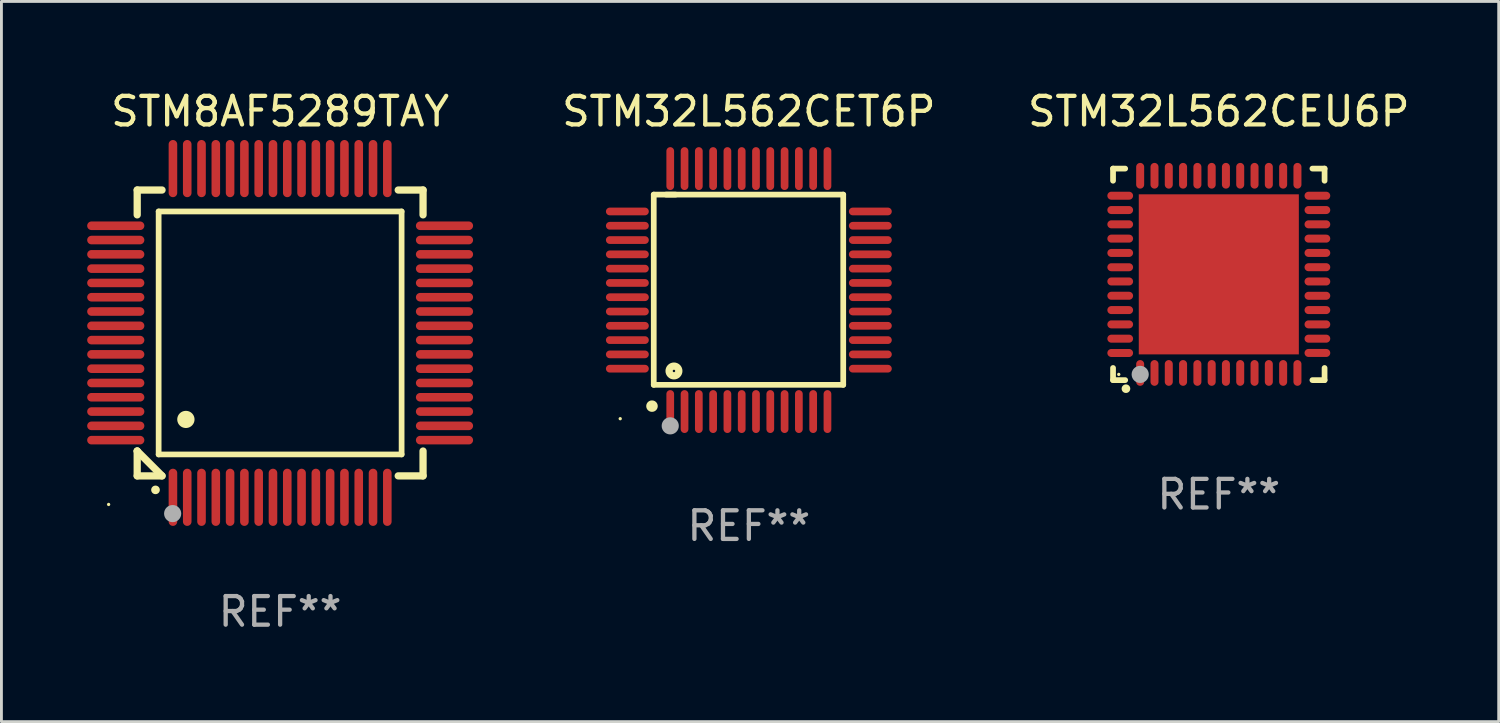
<source format=kicad_pcb>
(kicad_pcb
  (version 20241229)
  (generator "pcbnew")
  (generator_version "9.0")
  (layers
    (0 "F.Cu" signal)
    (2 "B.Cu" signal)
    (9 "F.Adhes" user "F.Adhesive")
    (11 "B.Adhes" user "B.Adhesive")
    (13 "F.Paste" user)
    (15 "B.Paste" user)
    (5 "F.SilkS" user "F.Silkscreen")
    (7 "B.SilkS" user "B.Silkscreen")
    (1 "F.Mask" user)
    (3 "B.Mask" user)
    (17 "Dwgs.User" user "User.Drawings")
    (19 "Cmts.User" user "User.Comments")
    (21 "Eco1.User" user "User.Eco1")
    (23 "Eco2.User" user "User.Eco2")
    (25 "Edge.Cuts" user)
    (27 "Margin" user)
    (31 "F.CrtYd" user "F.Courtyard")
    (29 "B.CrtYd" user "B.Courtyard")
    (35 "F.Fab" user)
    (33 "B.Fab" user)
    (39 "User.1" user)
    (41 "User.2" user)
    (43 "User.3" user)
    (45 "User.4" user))
  (footprint "STM8AF5289TAY"
    (layer "F.Cu")
    (at 6.75 8.598)
    (property "Reference" "STM8AF5289TAY" (at 0 -7.75 0) (layer "F.SilkS") (effects (font (size 1 1) (thickness 0.15))))
    (attr through_hole)
    (fp_line (start -5 -5) (end -4.131 -5) (stroke (width 0.254) (type solid)) (layer "F.SilkS"))
    (fp_line (start -5 -4.131) (end -5 -5) (stroke (width 0.254) (type solid)) (layer "F.SilkS"))
    (fp_line (start -5 4.131) (end -5 4.131) (stroke (width 0.254) (type solid)) (layer "F.SilkS"))
    (fp_line (start -5 5) (end -5 4.131) (stroke (width 0.254) (type solid)) (layer "F.SilkS"))
    (fp_line (start -5 4.131) (end -4.131 5) (stroke (width 0.254) (type solid)) (layer "F.SilkS"))
    (fp_line (start -4.25 -4.25) (end -4.25 4.25) (stroke (width 0.2) (type solid)) (layer "F.SilkS"))
    (fp_line (start -4.25 4.25) (end 4.25 4.25) (stroke (width 0.2) (type solid)) (layer "F.SilkS"))
    (fp_line (start -4.131 5) (end -5 5) (stroke (width 0.254) (type solid)) (layer "F.SilkS"))
    (fp_line (start 4.25 -4.25) (end -4.25 -4.25) (stroke (width 0.2) (type solid)) (layer "F.SilkS"))
    (fp_line (start 4.25 4.25) (end 4.25 -4.25) (stroke (width 0.2) (type solid)) (layer "F.SilkS"))
    (fp_line (start 5 -5) (end 4.131 -5) (stroke (width 0.254) (type solid)) (layer "F.SilkS"))
    (fp_line (start 5 -5) (end 5 -4.131) (stroke (width 0.254) (type solid)) (layer "F.SilkS"))
    (fp_line (start 5 4.131) (end 5 5) (stroke (width 0.254) (type solid)) (layer "F.SilkS"))
    (fp_line (start 5 5) (end 4.131 5) (stroke (width 0.254) (type solid)) (layer "F.SilkS"))
    (fp_arc (start -4.361265 5.489992) (mid -4.359995 5.489987) (end -4.358725 5.489992) (stroke (width 0.3) (type solid)) (layer "F.SilkS"))
    (fp_arc (start -3.299467 3.025146) (mid -3.296927 3.025135) (end -3.294387 3.025146) (stroke (width 0.6) (type solid)) (layer "F.SilkS"))
    (fp_circle (center -6 6) (end -5.97 6) (stroke (width 0.06) (type solid)) (fill no) (layer "F.SilkS"))
    (fp_circle (center -3.76 6.32) (end -3.61 6.32) (stroke (width 0.3) (type solid)) (fill no) (layer "F.Fab"))
    (fp_text user "REF**" (at 0 9.75 0) (layer "F.Fab") (effects (font (size 1 1) (thickness 0.15))))
    (pad "1" smd oval (at -3.75 5.75) (size 0.3 2) (layers "F.Cu" "F.Mask" "F.Paste"))
    (pad "2" smd oval (at -3.25 5.75) (size 0.3 2) (layers "F.Cu" "F.Mask" "F.Paste"))
    (pad "3" smd oval (at -2.75 5.75) (size 0.3 2) (layers "F.Cu" "F.Mask" "F.Paste"))
    (pad "4" smd oval (at -2.25 5.75) (size 0.3 2) (layers "F.Cu" "F.Mask" "F.Paste"))
    (pad "5" smd oval (at -1.75 5.75) (size 0.3 2) (layers "F.Cu" "F.Mask" "F.Paste"))
    (pad "6" smd oval (at -1.25 5.75) (size 0.3 2) (layers "F.Cu" "F.Mask" "F.Paste"))
    (pad "7" smd oval (at -0.75 5.75) (size 0.3 2) (layers "F.Cu" "F.Mask" "F.Paste"))
    (pad "8" smd oval (at -0.25 5.75) (size 0.3 2) (layers "F.Cu" "F.Mask" "F.Paste"))
    (pad "9" smd oval (at 0.25 5.75) (size 0.3 2) (layers "F.Cu" "F.Mask" "F.Paste"))
    (pad "10" smd oval (at 0.75 5.75) (size 0.3 2) (layers "F.Cu" "F.Mask" "F.Paste"))
    (pad "11" smd oval (at 1.25 5.75) (size 0.3 2) (layers "F.Cu" "F.Mask" "F.Paste"))
    (pad "12" smd oval (at 1.75 5.75) (size 0.3 2) (layers "F.Cu" "F.Mask" "F.Paste"))
    (pad "13" smd oval (at 2.25 5.75) (size 0.3 2) (layers "F.Cu" "F.Mask" "F.Paste"))
    (pad "14" smd oval (at 2.75 5.75) (size 0.3 2) (layers "F.Cu" "F.Mask" "F.Paste"))
    (pad "15" smd oval (at 3.25 5.75) (size 0.3 2) (layers "F.Cu" "F.Mask" "F.Paste"))
    (pad "16" smd oval (at 3.75 5.75) (size 0.3 2) (layers "F.Cu" "F.Mask" "F.Paste"))
    (pad "17" smd oval (at 5.75 3.75) (size 2 0.3) (layers "F.Cu" "F.Mask" "F.Paste"))
    (pad "18" smd oval (at 5.75 3.25) (size 2 0.3) (layers "F.Cu" "F.Mask" "F.Paste"))
    (pad "19" smd oval (at 5.75 2.75) (size 2 0.3) (layers "F.Cu" "F.Mask" "F.Paste"))
    (pad "20" smd oval (at 5.75 2.25) (size 2 0.3) (layers "F.Cu" "F.Mask" "F.Paste"))
    (pad "21" smd oval (at 5.75 1.75) (size 2 0.3) (layers "F.Cu" "F.Mask" "F.Paste"))
    (pad "22" smd oval (at 5.75 1.25) (size 2 0.3) (layers "F.Cu" "F.Mask" "F.Paste"))
    (pad "23" smd oval (at 5.75 0.75) (size 2 0.3) (layers "F.Cu" "F.Mask" "F.Paste"))
    (pad "24" smd oval (at 5.75 0.25) (size 2 0.3) (layers "F.Cu" "F.Mask" "F.Paste"))
    (pad "25" smd oval (at 5.75 -0.25) (size 2 0.3) (layers "F.Cu" "F.Mask" "F.Paste"))
    (pad "26" smd oval (at 5.75 -0.75) (size 2 0.3) (layers "F.Cu" "F.Mask" "F.Paste"))
    (pad "27" smd oval (at 5.75 -1.25) (size 2 0.3) (layers "F.Cu" "F.Mask" "F.Paste"))
    (pad "28" smd oval (at 5.75 -1.75) (size 2 0.3) (layers "F.Cu" "F.Mask" "F.Paste"))
    (pad "29" smd oval (at 5.75 -2.25) (size 2 0.3) (layers "F.Cu" "F.Mask" "F.Paste"))
    (pad "30" smd oval (at 5.75 -2.75) (size 2 0.3) (layers "F.Cu" "F.Mask" "F.Paste"))
    (pad "31" smd oval (at 5.75 -3.25) (size 2 0.3) (layers "F.Cu" "F.Mask" "F.Paste"))
    (pad "32" smd oval (at 5.75 -3.75) (size 2 0.3) (layers "F.Cu" "F.Mask" "F.Paste"))
    (pad "33" smd oval (at 3.75 -5.75) (size 0.3 2) (layers "F.Cu" "F.Mask" "F.Paste"))
    (pad "34" smd oval (at 3.25 -5.75) (size 0.3 2) (layers "F.Cu" "F.Mask" "F.Paste"))
    (pad "35" smd oval (at 2.75 -5.75) (size 0.3 2) (layers "F.Cu" "F.Mask" "F.Paste"))
    (pad "36" smd oval (at 2.25 -5.75) (size 0.3 2) (layers "F.Cu" "F.Mask" "F.Paste"))
    (pad "37" smd oval (at 1.75 -5.75) (size 0.3 2) (layers "F.Cu" "F.Mask" "F.Paste"))
    (pad "38" smd oval (at 1.25 -5.75) (size 0.3 2) (layers "F.Cu" "F.Mask" "F.Paste"))
    (pad "39" smd oval (at 0.75 -5.75) (size 0.3 2) (layers "F.Cu" "F.Mask" "F.Paste"))
    (pad "40" smd oval (at 0.25 -5.75) (size 0.3 2) (layers "F.Cu" "F.Mask" "F.Paste"))
    (pad "41" smd oval (at -0.25 -5.75) (size 0.3 2) (layers "F.Cu" "F.Mask" "F.Paste"))
    (pad "42" smd oval (at -0.75 -5.75) (size 0.3 2) (layers "F.Cu" "F.Mask" "F.Paste"))
    (pad "43" smd oval (at -1.25 -5.75) (size 0.3 2) (layers "F.Cu" "F.Mask" "F.Paste"))
    (pad "44" smd oval (at -1.75 -5.75) (size 0.3 2) (layers "F.Cu" "F.Mask" "F.Paste"))
    (pad "45" smd oval (at -2.25 -5.75) (size 0.3 2) (layers "F.Cu" "F.Mask" "F.Paste"))
    (pad "46" smd oval (at -2.75 -5.75) (size 0.3 2) (layers "F.Cu" "F.Mask" "F.Paste"))
    (pad "47" smd oval (at -3.25 -5.75) (size 0.3 2) (layers "F.Cu" "F.Mask" "F.Paste"))
    (pad "48" smd oval (at -3.75 -5.75) (size 0.3 2) (layers "F.Cu" "F.Mask" "F.Paste"))
    (pad "49" smd oval (at -5.75 -3.75) (size 2 0.3) (layers "F.Cu" "F.Mask" "F.Paste"))
    (pad "50" smd oval (at -5.75 -3.25) (size 2 0.3) (layers "F.Cu" "F.Mask" "F.Paste"))
    (pad "51" smd oval (at -5.75 -2.75) (size 2 0.3) (layers "F.Cu" "F.Mask" "F.Paste"))
    (pad "52" smd oval (at -5.75 -2.25) (size 2 0.3) (layers "F.Cu" "F.Mask" "F.Paste"))
    (pad "53" smd oval (at -5.75 -1.75) (size 2 0.3) (layers "F.Cu" "F.Mask" "F.Paste"))
    (pad "54" smd oval (at -5.75 -1.25) (size 2 0.3) (layers "F.Cu" "F.Mask" "F.Paste"))
    (pad "55" smd oval (at -5.75 -0.75) (size 2 0.3) (layers "F.Cu" "F.Mask" "F.Paste"))
    (pad "56" smd oval (at -5.75 -0.25) (size 2 0.3) (layers "F.Cu" "F.Mask" "F.Paste"))
    (pad "57" smd oval (at -5.75 0.25) (size 2 0.3) (layers "F.Cu" "F.Mask" "F.Paste"))
    (pad "58" smd oval (at -5.75 0.75) (size 2 0.3) (layers "F.Cu" "F.Mask" "F.Paste"))
    (pad "59" smd oval (at -5.75 1.25) (size 2 0.3) (layers "F.Cu" "F.Mask" "F.Paste"))
    (pad "60" smd oval (at -5.75 1.75) (size 2 0.3) (layers "F.Cu" "F.Mask" "F.Paste"))
    (pad "61" smd oval (at -5.75 2.25) (size 2 0.3) (layers "F.Cu" "F.Mask" "F.Paste"))
    (pad "62" smd oval (at -5.75 2.75) (size 2 0.3) (layers "F.Cu" "F.Mask" "F.Paste"))
    (pad "63" smd oval (at -5.75 3.25) (size 2 0.3) (layers "F.Cu" "F.Mask" "F.Paste"))
    (pad "64" smd oval (at -5.75 3.75) (size 2 0.3) (layers "F.Cu" "F.Mask" "F.Paste")))
  (footprint "STM32L562CEU6P"
    (layer "F.Cu")
    (at 39.589 6.548)
    (property "Reference" "STM32L562CEU6P" (at 0 -5.7 0) (layer "F.SilkS") (effects (font (size 1 1) (thickness 0.15))))
    (attr through_hole)
    (fp_line (start -3.7 -3.7) (end -3.275 -3.7) (stroke (width 0.2) (type solid)) (layer "F.SilkS"))
    (fp_line (start -3.7 -3.275) (end -3.7 -3.7) (stroke (width 0.2) (type solid)) (layer "F.SilkS"))
    (fp_line (start -3.7 3.7) (end -3.7 3.275) (stroke (width 0.2) (type solid)) (layer "F.SilkS"))
    (fp_line (start -3.275 3.7) (end -3.7 3.7) (stroke (width 0.2) (type solid)) (layer "F.SilkS"))
    (fp_line (start 3.7 -3.7) (end 3.275 -3.7) (stroke (width 0.2) (type solid)) (layer "F.SilkS"))
    (fp_line (start 3.7 -3.275) (end 3.7 -3.7) (stroke (width 0.2) (type solid)) (layer "F.SilkS"))
    (fp_line (start 3.7 3.275) (end 3.7 3.7) (stroke (width 0.2) (type solid)) (layer "F.SilkS"))
    (fp_line (start 3.7 3.7) (end 3.275 3.7) (stroke (width 0.2) (type solid)) (layer "F.SilkS"))
    (fp_arc (start -3.249936 3.999975) (mid -3.248666 3.99997) (end -3.247396 3.999975) (stroke (width 0.3) (type solid)) (layer "F.SilkS"))
    (fp_circle (center -3.5 3.5) (end -3.47 3.5) (stroke (width 0.06) (type solid)) (fill no) (layer "F.SilkS"))
    (fp_circle (center -2.75 3.5) (end -2.6 3.5) (stroke (width 0.3) (type solid)) (fill no) (layer "F.Fab"))
    (fp_text user "REF**" (at 0 7.7 0) (layer "F.Fab") (effects (font (size 1 1) (thickness 0.15))))
    (pad "1" smd oval (at -2.751 3.449) (size 0.28 0.9) (layers "F.Cu" "F.Mask" "F.Paste"))
    (pad "2" smd oval (at -2.25 3.449) (size 0.28 0.9) (layers "F.Cu" "F.Mask" "F.Paste"))
    (pad "3" smd oval (at -1.75 3.449) (size 0.28 0.9) (layers "F.Cu" "F.Mask" "F.Paste"))
    (pad "4" smd oval (at -1.25 3.449) (size 0.28 0.9) (layers "F.Cu" "F.Mask" "F.Paste"))
    (pad "5" smd oval (at -0.749 3.449) (size 0.28 0.9) (layers "F.Cu" "F.Mask" "F.Paste"))
    (pad "6" smd oval (at -0.249 3.449) (size 0.28 0.9) (layers "F.Cu" "F.Mask" "F.Paste"))
    (pad "7" smd oval (at 0.249 3.449) (size 0.28 0.9) (layers "F.Cu" "F.Mask" "F.Paste"))
    (pad "8" smd oval (at 0.749 3.449) (size 0.28 0.9) (layers "F.Cu" "F.Mask" "F.Paste"))
    (pad "9" smd oval (at 1.25 3.449) (size 0.28 0.9) (layers "F.Cu" "F.Mask" "F.Paste"))
    (pad "10" smd oval (at 1.75 3.449) (size 0.28 0.9) (layers "F.Cu" "F.Mask" "F.Paste"))
    (pad "11" smd oval (at 2.251 3.449) (size 0.28 0.9) (layers "F.Cu" "F.Mask" "F.Paste"))
    (pad "12" smd oval (at 2.751 3.449) (size 0.28 0.9) (layers "F.Cu" "F.Mask" "F.Paste"))
    (pad "13" smd oval (at 3.449 2.75) (size 0.9 0.28) (layers "F.Cu" "F.Mask" "F.Paste"))
    (pad "14" smd oval (at 3.449 2.25) (size 0.9 0.28) (layers "F.Cu" "F.Mask" "F.Paste"))
    (pad "15" smd oval (at 3.449 1.75) (size 0.9 0.28) (layers "F.Cu" "F.Mask" "F.Paste"))
    (pad "16" smd oval (at 3.449 1.25) (size 0.9 0.28) (layers "F.Cu" "F.Mask" "F.Paste"))
    (pad "17" smd oval (at 3.449 0.75) (size 0.9 0.28) (layers "F.Cu" "F.Mask" "F.Paste"))
    (pad "18" smd oval (at 3.449 0.25) (size 0.9 0.28) (layers "F.Cu" "F.Mask" "F.Paste"))
    (pad "19" smd oval (at 3.449 -0.25) (size 0.9 0.28) (layers "F.Cu" "F.Mask" "F.Paste"))
    (pad "20" smd oval (at 3.449 -0.75) (size 0.9 0.28) (layers "F.Cu" "F.Mask" "F.Paste"))
    (pad "21" smd oval (at 3.449 -1.25) (size 0.9 0.28) (layers "F.Cu" "F.Mask" "F.Paste"))
    (pad "22" smd oval (at 3.449 -1.75) (size 0.9 0.28) (layers "F.Cu" "F.Mask" "F.Paste"))
    (pad "23" smd oval (at 3.449 -2.25) (size 0.9 0.28) (layers "F.Cu" "F.Mask" "F.Paste"))
    (pad "24" smd oval (at 3.449 -2.75) (size 0.9 0.28) (layers "F.Cu" "F.Mask" "F.Paste"))
    (pad "25" smd oval (at 2.751 -3.449) (size 0.28 0.9) (layers "F.Cu" "F.Mask" "F.Paste"))
    (pad "26" smd oval (at 2.251 -3.449) (size 0.28 0.9) (layers "F.Cu" "F.Mask" "F.Paste"))
    (pad "27" smd oval (at 1.75 -3.449) (size 0.28 0.9) (layers "F.Cu" "F.Mask" "F.Paste"))
    (pad "28" smd oval (at 1.25 -3.449) (size 0.28 0.9) (layers "F.Cu" "F.Mask" "F.Paste"))
    (pad "29" smd oval (at 0.749 -3.449) (size 0.28 0.9) (layers "F.Cu" "F.Mask" "F.Paste"))
    (pad "30" smd oval (at 0.249 -3.449) (size 0.28 0.9) (layers "F.Cu" "F.Mask" "F.Paste"))
    (pad "31" smd oval (at -0.249 -3.449) (size 0.28 0.9) (layers "F.Cu" "F.Mask" "F.Paste"))
    (pad "32" smd oval (at -0.749 -3.449) (size 0.28 0.9) (layers "F.Cu" "F.Mask" "F.Paste"))
    (pad "33" smd oval (at -1.25 -3.449) (size 0.28 0.9) (layers "F.Cu" "F.Mask" "F.Paste"))
    (pad "34" smd oval (at -1.75 -3.449) (size 0.28 0.9) (layers "F.Cu" "F.Mask" "F.Paste"))
    (pad "35" smd oval (at -2.25 -3.449) (size 0.28 0.9) (layers "F.Cu" "F.Mask" "F.Paste"))
    (pad "36" smd oval (at -2.751 -3.449) (size 0.28 0.9) (layers "F.Cu" "F.Mask" "F.Paste"))
    (pad "37" smd oval (at -3.449 -2.751) (size 0.9 0.28) (layers "F.Cu" "F.Mask" "F.Paste"))
    (pad "38" smd oval (at -3.449 -2.25) (size 0.9 0.28) (layers "F.Cu" "F.Mask" "F.Paste"))
    (pad "39" smd oval (at -3.449 -1.75) (size 0.9 0.28) (layers "F.Cu" "F.Mask" "F.Paste"))
    (pad "40" smd oval (at -3.449 -1.25) (size 0.9 0.28) (layers "F.Cu" "F.Mask" "F.Paste"))
    (pad "41" smd oval (at -3.449 -0.749) (size 0.9 0.28) (layers "F.Cu" "F.Mask" "F.Paste"))
    (pad "42" smd oval (at -3.449 -0.249) (size 0.9 0.28) (layers "F.Cu" "F.Mask" "F.Paste"))
    (pad "43" smd oval (at -3.449 0.249) (size 0.9 0.28) (layers "F.Cu" "F.Mask" "F.Paste"))
    (pad "44" smd oval (at -3.449 0.749) (size 0.9 0.28) (layers "F.Cu" "F.Mask" "F.Paste"))
    (pad "45" smd oval (at -3.449 1.25) (size 0.9 0.28) (layers "F.Cu" "F.Mask" "F.Paste"))
    (pad "46" smd oval (at -3.449 1.75) (size 0.9 0.28) (layers "F.Cu" "F.Mask" "F.Paste"))
    (pad "47" smd oval (at -3.449 2.25) (size 0.9 0.28) (layers "F.Cu" "F.Mask" "F.Paste"))
    (pad "48" smd oval (at -3.449 2.751) (size 0.9 0.28) (layers "F.Cu" "F.Mask" "F.Paste"))
    (pad "49" smd rect (at 0.000076 -0.000025) (size 5.6 5.6) (layers "F.Cu" "F.Mask" "F.Paste")))
  (footprint "STM32L562CET6P"
    (layer "F.Cu")
    (at 23.148 7.098)
    (property "Reference" "STM32L562CET6P" (at 0 -6.25 0) (layer "F.SilkS") (effects (font (size 1 1) (thickness 0.15))))
    (attr through_hole)
    (fp_line (start -3.327 -3.34) (end -2.565 -3.34) (stroke (width 0.2) (type solid)) (layer "F.SilkS"))
    (fp_line (start -3.327 3.315) (end -3.327 -3.34) (stroke (width 0.2) (type solid)) (layer "F.SilkS"))
    (fp_line (start -2.896 -3.34) (end 3.302 -3.34) (stroke (width 0.2) (type solid)) (layer "F.SilkS"))
    (fp_line (start 3.302 -3.34) (end 3.302 3.315) (stroke (width 0.2) (type solid)) (layer "F.SilkS"))
    (fp_line (start 3.302 3.315) (end -3.327 3.315) (stroke (width 0.2) (type solid)) (layer "F.SilkS"))
    (fp_arc (start -3.389992 4.059995) (mid -3.388722 4.059991) (end -3.387452 4.059995) (stroke (width 0.4) (type solid)) (layer "F.SilkS"))
    (fp_circle (center -4.5 4.5) (end -4.47 4.5) (stroke (width 0.06) (type solid)) (fill no) (layer "F.SilkS"))
    (fp_circle (center -2.62 2.83) (end -2.45 2.83) (stroke (width 0.254) (type solid)) (fill no) (layer "F.SilkS"))
    (fp_circle (center -2.75 4.75) (end -2.6 4.75) (stroke (width 0.3) (type solid)) (fill no) (layer "F.Fab"))
    (fp_text user "REF**" (at 0 8.25 0) (layer "F.Fab") (effects (font (size 1 1) (thickness 0.15))))
    (pad "1" smd oval (at -2.75 4.25) (size 0.27 1.5) (layers "F.Cu" "F.Mask" "F.Paste"))
    (pad "2" smd oval (at -2.25 4.25) (size 0.27 1.5) (layers "F.Cu" "F.Mask" "F.Paste"))
    (pad "3" smd oval (at -1.75 4.25) (size 0.27 1.5) (layers "F.Cu" "F.Mask" "F.Paste"))
    (pad "4" smd oval (at -1.25 4.25) (size 0.27 1.5) (layers "F.Cu" "F.Mask" "F.Paste"))
    (pad "5" smd oval (at -0.75 4.25) (size 0.27 1.5) (layers "F.Cu" "F.Mask" "F.Paste"))
    (pad "6" smd oval (at -0.25 4.25) (size 0.27 1.5) (layers "F.Cu" "F.Mask" "F.Paste"))
    (pad "7" smd oval (at 0.25 4.25) (size 0.27 1.5) (layers "F.Cu" "F.Mask" "F.Paste"))
    (pad "8" smd oval (at 0.75 4.25) (size 0.27 1.5) (layers "F.Cu" "F.Mask" "F.Paste"))
    (pad "9" smd oval (at 1.25 4.25) (size 0.27 1.5) (layers "F.Cu" "F.Mask" "F.Paste"))
    (pad "10" smd oval (at 1.75 4.25) (size 0.27 1.5) (layers "F.Cu" "F.Mask" "F.Paste"))
    (pad "11" smd oval (at 2.25 4.25) (size 0.27 1.5) (layers "F.Cu" "F.Mask" "F.Paste"))
    (pad "12" smd oval (at 2.75 4.25) (size 0.27 1.5) (layers "F.Cu" "F.Mask" "F.Paste"))
    (pad "13" smd oval (at 4.25 2.75) (size 1.5 0.27) (layers "F.Cu" "F.Mask" "F.Paste"))
    (pad "14" smd oval (at 4.25 2.25) (size 1.5 0.27) (layers "F.Cu" "F.Mask" "F.Paste"))
    (pad "15" smd oval (at 4.25 1.75) (size 1.5 0.27) (layers "F.Cu" "F.Mask" "F.Paste"))
    (pad "16" smd oval (at 4.25 1.25) (size 1.5 0.27) (layers "F.Cu" "F.Mask" "F.Paste"))
    (pad "17" smd oval (at 4.25 0.75) (size 1.5 0.27) (layers "F.Cu" "F.Mask" "F.Paste"))
    (pad "18" smd oval (at 4.25 0.25) (size 1.5 0.27) (layers "F.Cu" "F.Mask" "F.Paste"))
    (pad "19" smd oval (at 4.25 -0.25) (size 1.5 0.27) (layers "F.Cu" "F.Mask" "F.Paste"))
    (pad "20" smd oval (at 4.25 -0.75) (size 1.5 0.27) (layers "F.Cu" "F.Mask" "F.Paste"))
    (pad "21" smd oval (at 4.25 -1.25) (size 1.5 0.27) (layers "F.Cu" "F.Mask" "F.Paste"))
    (pad "22" smd oval (at 4.25 -1.75) (size 1.5 0.27) (layers "F.Cu" "F.Mask" "F.Paste"))
    (pad "23" smd oval (at 4.25 -2.25) (size 1.5 0.27) (layers "F.Cu" "F.Mask" "F.Paste"))
    (pad "24" smd oval (at 4.25 -2.75) (size 1.5 0.27) (layers "F.Cu" "F.Mask" "F.Paste"))
    (pad "25" smd oval (at 2.75 -4.25) (size 0.27 1.5) (layers "F.Cu" "F.Mask" "F.Paste"))
    (pad "26" smd oval (at 2.25 -4.25) (size 0.27 1.5) (layers "F.Cu" "F.Mask" "F.Paste"))
    (pad "27" smd oval (at 1.75 -4.25) (size 0.27 1.5) (layers "F.Cu" "F.Mask" "F.Paste"))
    (pad "28" smd oval (at 1.25 -4.25) (size 0.27 1.5) (layers "F.Cu" "F.Mask" "F.Paste"))
    (pad "29" smd oval (at 0.75 -4.25) (size 0.27 1.5) (layers "F.Cu" "F.Mask" "F.Paste"))
    (pad "30" smd oval (at 0.25 -4.25) (size 0.27 1.5) (layers "F.Cu" "F.Mask" "F.Paste"))
    (pad "31" smd oval (at -0.25 -4.25) (size 0.27 1.5) (layers "F.Cu" "F.Mask" "F.Paste"))
    (pad "32" smd oval (at -0.75 -4.25) (size 0.27 1.5) (layers "F.Cu" "F.Mask" "F.Paste"))
    (pad "33" smd oval (at -1.25 -4.25) (size 0.27 1.5) (layers "F.Cu" "F.Mask" "F.Paste"))
    (pad "34" smd oval (at -1.75 -4.25) (size 0.27 1.5) (layers "F.Cu" "F.Mask" "F.Paste"))
    (pad "35" smd oval (at -2.25 -4.25) (size 0.27 1.5) (layers "F.Cu" "F.Mask" "F.Paste"))
    (pad "36" smd oval (at -2.75 -4.25) (size 0.27 1.5) (layers "F.Cu" "F.Mask" "F.Paste"))
    (pad "37" smd oval (at -4.25 -2.75) (size 1.5 0.27) (layers "F.Cu" "F.Mask" "F.Paste"))
    (pad "38" smd oval (at -4.25 -2.25) (size 1.5 0.27) (layers "F.Cu" "F.Mask" "F.Paste"))
    (pad "39" smd oval (at -4.25 -1.75) (size 1.5 0.27) (layers "F.Cu" "F.Mask" "F.Paste"))
    (pad "40" smd oval (at -4.25 -1.25) (size 1.5 0.27) (layers "F.Cu" "F.Mask" "F.Paste"))
    (pad "41" smd oval (at -4.25 -0.75) (size 1.5 0.27) (layers "F.Cu" "F.Mask" "F.Paste"))
    (pad "42" smd oval (at -4.25 -0.25) (size 1.5 0.27) (layers "F.Cu" "F.Mask" "F.Paste"))
    (pad "43" smd oval (at -4.25 0.25) (size 1.5 0.27) (layers "F.Cu" "F.Mask" "F.Paste"))
    (pad "44" smd oval (at -4.25 0.75) (size 1.5 0.27) (layers "F.Cu" "F.Mask" "F.Paste"))
    (pad "45" smd oval (at -4.25 1.25) (size 1.5 0.27) (layers "F.Cu" "F.Mask" "F.Paste"))
    (pad "46" smd oval (at -4.25 1.75) (size 1.5 0.27) (layers "F.Cu" "F.Mask" "F.Paste"))
    (pad "47" smd oval (at -4.25 2.25) (size 1.5 0.27) (layers "F.Cu" "F.Mask" "F.Paste"))
    (pad "48" smd oval (at -4.25 2.75) (size 1.5 0.27) (layers "F.Cu" "F.Mask" "F.Paste")))
  (gr_rect
    (start -3 -3)
    (end 49.381 22.196)
    (stroke (width 0.1) (type default))
    (fill no)
    (layer "Edge.Cuts")))
</source>
